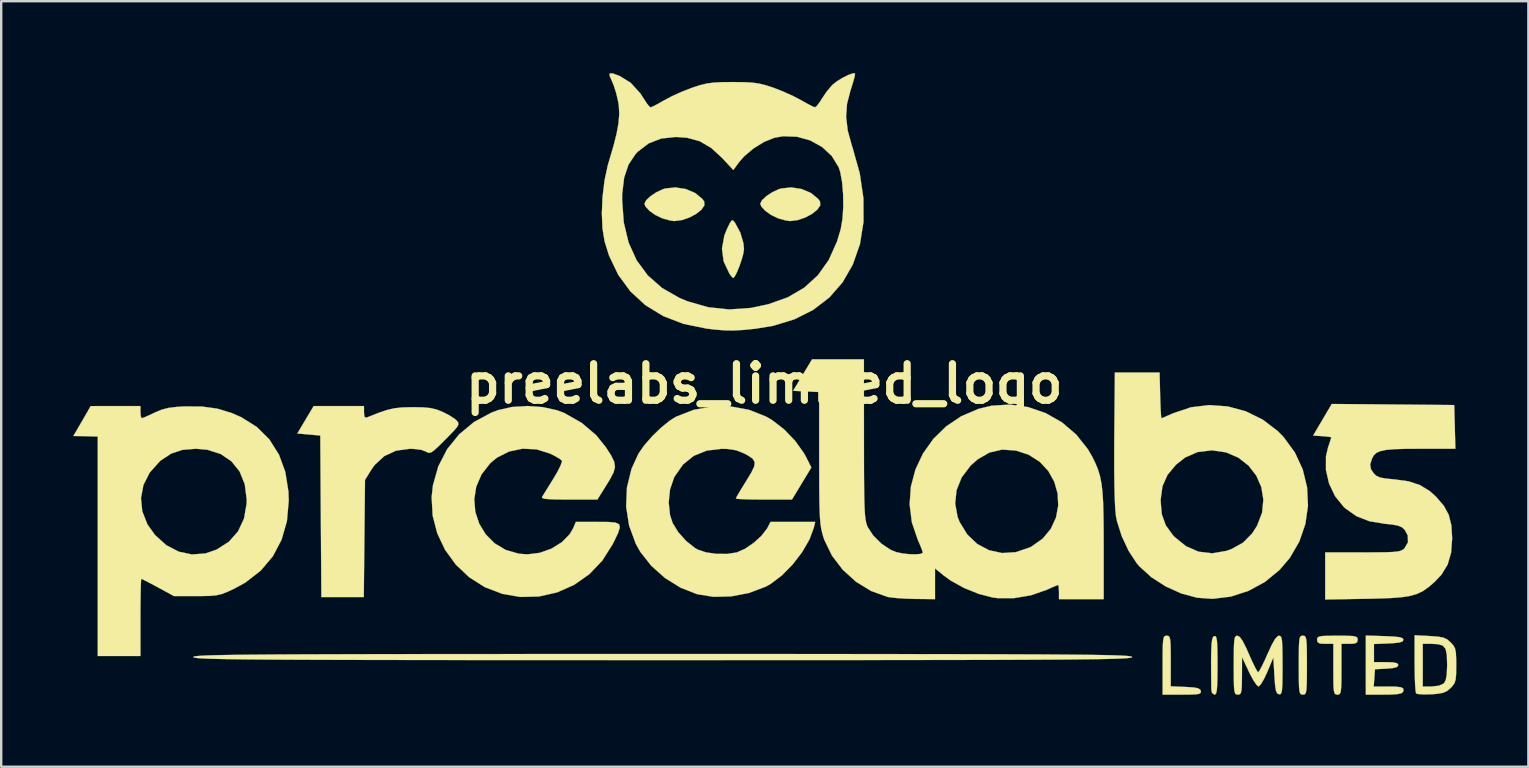
<source format=kicad_pcb>
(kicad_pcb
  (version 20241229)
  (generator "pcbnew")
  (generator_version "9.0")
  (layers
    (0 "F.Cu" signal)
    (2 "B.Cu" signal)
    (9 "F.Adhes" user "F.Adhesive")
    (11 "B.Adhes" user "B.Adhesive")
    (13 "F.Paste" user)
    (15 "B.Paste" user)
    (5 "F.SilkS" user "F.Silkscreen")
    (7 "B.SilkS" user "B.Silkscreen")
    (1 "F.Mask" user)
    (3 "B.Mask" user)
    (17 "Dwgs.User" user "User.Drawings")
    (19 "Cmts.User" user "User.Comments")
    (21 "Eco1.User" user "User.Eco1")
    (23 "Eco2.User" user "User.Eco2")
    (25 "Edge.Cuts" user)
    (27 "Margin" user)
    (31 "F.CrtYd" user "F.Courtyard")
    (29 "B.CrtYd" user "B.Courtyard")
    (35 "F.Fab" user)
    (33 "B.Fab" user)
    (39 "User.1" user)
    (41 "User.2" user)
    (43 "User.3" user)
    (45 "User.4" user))
  (footprint "preelabs_limited_logo"
    (layer "F.Cu")
    (at 28.794 12.937)
    (property "Reference" "preelabs_limited_logo" (at 0 0 0) (layer "F.SilkS") (effects (font (size 1.524 1.524) (thickness 0.3))))
    (attr through_hole)
    (fp_poly (pts (xy -1.234 -6.723) (xy -1.221 -6.705) (xy -1 -6.295) (xy -0.87 -5.855) (xy -0.847 -5.612) (xy -0.875 -5.42) (xy -0.946 -5.161) (xy -1.043 -4.882) (xy -1.147 -4.631) (xy -1.241 -4.456) (xy -1.299 -4.403) (xy -1.366 -4.465) (xy -1.458 -4.593) (xy -1.696 -5.101) (xy -1.765 -5.626) (xy -1.666 -6.169) (xy -1.563 -6.428) (xy -1.442 -6.679) (xy -1.365 -6.797) (xy -1.304 -6.805) (xy -1.234 -6.723)) (stroke (width 0.01) (type solid)) (fill yes) (layer "F.SilkS"))
    (fp_poly (pts (xy 18.8 10.521) (xy 18.836 10.585) (xy 18.86 10.729) (xy 18.874 10.977) (xy 18.88 11.352) (xy 18.881 11.72) (xy 18.878 12.209) (xy 18.869 12.553) (xy 18.852 12.775) (xy 18.823 12.899) (xy 18.78 12.949) (xy 18.754 12.954) (xy 18.651 12.88) (xy 18.624 12.742) (xy 18.616 12.061) (xy 18.614 11.53) (xy 18.62 11.133) (xy 18.634 10.851) (xy 18.657 10.666) (xy 18.691 10.561) (xy 18.737 10.517) (xy 18.747 10.514) (xy 18.8 10.521)) (stroke (width 0.01) (type solid)) (fill yes) (layer "F.SilkS"))
    (fp_poly (pts (xy -3.271 -8.112) (xy -2.879 -7.945) (xy -2.579 -7.696) (xy -2.506 -7.594) (xy -2.495 -7.434) (xy -2.617 -7.255) (xy -2.836 -7.078) (xy -3.119 -6.925) (xy -3.435 -6.818) (xy -3.749 -6.777) (xy -3.768 -6.778) (xy -3.956 -6.808) (xy -4.207 -6.878) (xy -4.263 -6.897) (xy -4.541 -7.03) (xy -4.785 -7.203) (xy -4.95 -7.381) (xy -4.995 -7.5) (xy -4.924 -7.644) (xy -4.74 -7.816) (xy -4.49 -7.981) (xy -4.218 -8.106) (xy -4.135 -8.132) (xy -3.706 -8.179) (xy -3.271 -8.112)) (stroke (width 0.01) (type solid)) (fill yes) (layer "F.SilkS"))
    (fp_poly (pts (xy 1.555 -8.112) (xy 1.947 -7.945) (xy 2.247 -7.696) (xy 2.32 -7.594) (xy 2.331 -7.434) (xy 2.209 -7.255) (xy 1.99 -7.078) (xy 1.707 -6.925) (xy 1.391 -6.818) (xy 1.077 -6.777) (xy 1.058 -6.778) (xy 0.87 -6.808) (xy 0.619 -6.878) (xy 0.563 -6.897) (xy 0.285 -7.03) (xy 0.041 -7.203) (xy -0.124 -7.381) (xy -0.169 -7.5) (xy -0.098 -7.644) (xy 0.086 -7.816) (xy 0.336 -7.981) (xy 0.608 -8.106) (xy 0.691 -8.132) (xy 1.12 -8.179) (xy 1.555 -8.112)) (stroke (width 0.01) (type solid)) (fill yes) (layer "F.SilkS"))
    (fp_poly (pts (xy 16.834 10.508) (xy 16.882 10.556) (xy 16.911 10.668) (xy 16.927 10.874) (xy 16.932 11.2) (xy 16.933 11.553) (xy 16.933 12.608) (xy 17.546 12.633) (xy 17.874 12.653) (xy 18.067 12.687) (xy 18.161 12.744) (xy 18.187 12.806) (xy 18.184 12.875) (xy 18.124 12.918) (xy 17.976 12.942) (xy 17.712 12.952) (xy 17.405 12.954) (xy 16.595 12.954) (xy 16.595 11.726) (xy 16.596 11.248) (xy 16.602 10.913) (xy 16.616 10.696) (xy 16.642 10.572) (xy 16.683 10.515) (xy 16.743 10.499) (xy 16.764 10.499) (xy 16.834 10.508)) (stroke (width 0.01) (type solid)) (fill yes) (layer "F.SilkS"))
    (fp_poly (pts (xy 22.503 10.507) (xy 22.549 10.55) (xy 22.579 10.652) (xy 22.596 10.84) (xy 22.604 11.139) (xy 22.606 11.574) (xy 22.606 11.726) (xy 22.605 12.205) (xy 22.599 12.54) (xy 22.585 12.757) (xy 22.559 12.881) (xy 22.518 12.938) (xy 22.458 12.954) (xy 22.437 12.954) (xy 22.371 12.945) (xy 22.324 12.903) (xy 22.295 12.8) (xy 22.277 12.613) (xy 22.27 12.314) (xy 22.267 11.879) (xy 22.267 11.726) (xy 22.269 11.248) (xy 22.274 10.913) (xy 22.289 10.696) (xy 22.314 10.572) (xy 22.356 10.515) (xy 22.416 10.499) (xy 22.437 10.499) (xy 22.503 10.507)) (stroke (width 0.01) (type solid)) (fill yes) (layer "F.SilkS"))
    (fp_poly (pts (xy 24.261 10.501) (xy 24.508 10.512) (xy 24.647 10.538) (xy 24.708 10.585) (xy 24.723 10.659) (xy 24.723 10.668) (xy 24.694 10.779) (xy 24.579 10.828) (xy 24.384 10.837) (xy 24.045 10.837) (xy 24.045 11.896) (xy 24.044 12.335) (xy 24.036 12.632) (xy 24.018 12.815) (xy 23.985 12.912) (xy 23.933 12.949) (xy 23.876 12.954) (xy 23.806 12.944) (xy 23.758 12.897) (xy 23.729 12.785) (xy 23.713 12.58) (xy 23.708 12.255) (xy 23.707 11.896) (xy 23.707 10.837) (xy 23.368 10.837) (xy 23.146 10.823) (xy 23.049 10.766) (xy 23.029 10.668) (xy 23.041 10.591) (xy 23.096 10.542) (xy 23.226 10.514) (xy 23.46 10.502) (xy 23.831 10.499) (xy 23.876 10.499) (xy 24.261 10.501)) (stroke (width 0.01) (type solid)) (fill yes) (layer "F.SilkS"))
    (fp_poly (pts (xy 25.845 10.517) (xy 26.225 10.534) (xy 26.463 10.56) (xy 26.588 10.6) (xy 26.627 10.661) (xy 26.628 10.668) (xy 26.589 10.738) (xy 26.454 10.783) (xy 26.194 10.811) (xy 26.014 10.82) (xy 25.4 10.845) (xy 25.4 11.599) (xy 25.908 11.599) (xy 26.206 11.61) (xy 26.365 11.646) (xy 26.416 11.715) (xy 26.416 11.722) (xy 26.364 11.8) (xy 26.19 11.847) (xy 25.929 11.87) (xy 25.442 11.896) (xy 25.416 12.255) (xy 25.39 12.615) (xy 25.974 12.615) (xy 26.323 12.622) (xy 26.53 12.648) (xy 26.622 12.702) (xy 26.626 12.794) (xy 26.613 12.835) (xy 26.543 12.896) (xy 26.374 12.933) (xy 26.079 12.951) (xy 25.814 12.954) (xy 25.061 12.954) (xy 25.061 10.492) (xy 25.845 10.517)) (stroke (width 0.01) (type solid)) (fill yes) (layer "F.SilkS"))
    (fp_poly (pts (xy -16.679 1.194) (xy -16.663 1.372) (xy -16.598 1.416) (xy -16.531 1.396) (xy -16.079 1.216) (xy -15.725 1.096) (xy -15.417 1.024) (xy -15.101 0.989) (xy -14.723 0.978) (xy -14.647 0.977) (xy -14.222 0.984) (xy -13.91 1.014) (xy -13.654 1.075) (xy -13.405 1.173) (xy -13.131 1.313) (xy -12.905 1.458) (xy -12.817 1.535) (xy -12.756 1.614) (xy -12.744 1.693) (xy -12.797 1.798) (xy -12.931 1.957) (xy -13.162 2.196) (xy -13.291 2.326) (xy -13.572 2.606) (xy -13.763 2.78) (xy -13.891 2.866) (xy -13.983 2.882) (xy -14.068 2.845) (xy -14.088 2.831) (xy -14.294 2.755) (xy -14.616 2.715) (xy -14.772 2.711) (xy -15.341 2.789) (xy -15.831 3.014) (xy -16.231 3.381) (xy -16.38 3.591) (xy -16.637 4.008) (xy -16.662 6.449) (xy -16.687 8.89) (xy -18.455 8.89) (xy -18.5 2.159) (xy -19.458 2.074) (xy -18.776 0.931) (xy -16.679 0.931) (xy -16.679 1.194)) (stroke (width 0.01) (type solid)) (fill yes) (layer "F.SilkS"))
    (fp_poly (pts (xy 27.728 10.512) (xy 28.07 10.537) (xy 28.295 10.579) (xy 28.453 10.654) (xy 28.595 10.776) (xy 28.709 10.903) (xy 28.778 11.033) (xy 28.813 11.212) (xy 28.826 11.486) (xy 28.828 11.725) (xy 28.824 12.081) (xy 28.805 12.314) (xy 28.759 12.469) (xy 28.675 12.592) (xy 28.597 12.674) (xy 28.442 12.805) (xy 28.266 12.881) (xy 28.013 12.922) (xy 27.793 12.938) (xy 27.495 12.945) (xy 27.266 12.933) (xy 27.157 12.905) (xy 27.134 12.802) (xy 27.115 12.561) (xy 27.101 12.216) (xy 27.094 11.8) (xy 27.093 11.661) (xy 27.093 10.837) (xy 27.432 10.837) (xy 27.432 12.615) (xy 27.807 12.615) (xy 28.106 12.582) (xy 28.306 12.491) (xy 28.315 12.482) (xy 28.389 12.352) (xy 28.432 12.125) (xy 28.448 11.769) (xy 28.448 11.681) (xy 28.436 11.296) (xy 28.384 11.049) (xy 28.267 10.91) (xy 28.063 10.85) (xy 27.776 10.837) (xy 27.432 10.837) (xy 27.093 10.837) (xy 27.093 10.48) (xy 27.728 10.512)) (stroke (width 0.01) (type solid)) (fill yes) (layer "F.SilkS"))
    (fp_poly (pts (xy 19.809 10.55) (xy 19.928 10.715) (xy 20.078 11.012) (xy 20.188 11.261) (xy 20.333 11.585) (xy 20.458 11.84) (xy 20.546 11.994) (xy 20.575 12.023) (xy 20.633 11.95) (xy 20.738 11.755) (xy 20.873 11.47) (xy 20.965 11.262) (xy 21.146 10.869) (xy 21.288 10.624) (xy 21.4 10.511) (xy 21.442 10.5) (xy 21.5 10.513) (xy 21.54 10.571) (xy 21.567 10.699) (xy 21.582 10.922) (xy 21.588 11.264) (xy 21.59 11.733) (xy 21.588 12.214) (xy 21.582 12.55) (xy 21.567 12.766) (xy 21.541 12.886) (xy 21.501 12.936) (xy 21.444 12.939) (xy 21.442 12.938) (xy 21.368 12.899) (xy 21.318 12.792) (xy 21.283 12.587) (xy 21.257 12.251) (xy 21.251 12.156) (xy 21.209 11.402) (xy 20.955 12.009) (xy 20.821 12.296) (xy 20.696 12.509) (xy 20.603 12.611) (xy 20.59 12.615) (xy 20.504 12.544) (xy 20.376 12.354) (xy 20.229 12.082) (xy 20.191 12.002) (xy 19.903 11.388) (xy 19.9 12.171) (xy 19.896 12.539) (xy 19.882 12.769) (xy 19.852 12.894) (xy 19.798 12.945) (xy 19.727 12.954) (xy 19.661 12.945) (xy 19.615 12.903) (xy 19.585 12.8) (xy 19.568 12.613) (xy 19.56 12.314) (xy 19.558 11.879) (xy 19.558 11.726) (xy 19.56 11.246) (xy 19.566 10.91) (xy 19.582 10.692) (xy 19.608 10.568) (xy 19.65 10.512) (xy 19.709 10.499) (xy 19.71 10.499) (xy 19.809 10.55)) (stroke (width 0.01) (type solid)) (fill yes) (layer "F.SilkS"))
    (fp_poly (pts (xy 28.744 0.889) (xy 28.792 2.709) (xy 27.312 2.709) (xy 26.702 2.713) (xy 26.239 2.728) (xy 25.899 2.758) (xy 25.66 2.809) (xy 25.498 2.883) (xy 25.391 2.987) (xy 25.325 3.104) (xy 25.241 3.358) (xy 25.274 3.559) (xy 25.39 3.734) (xy 25.495 3.835) (xy 25.64 3.903) (xy 25.867 3.948) (xy 26.217 3.983) (xy 26.26 3.986) (xy 26.848 4.068) (xy 27.321 4.225) (xy 27.727 4.476) (xy 27.98 4.702) (xy 28.306 5.079) (xy 28.515 5.461) (xy 28.625 5.898) (xy 28.658 6.435) (xy 28.614 7.038) (xy 28.47 7.533) (xy 28.21 7.958) (xy 27.911 8.271) (xy 27.67 8.477) (xy 27.443 8.636) (xy 27.203 8.753) (xy 26.921 8.837) (xy 26.571 8.893) (xy 26.125 8.929) (xy 25.555 8.95) (xy 25.082 8.96) (xy 23.368 8.99) (xy 23.368 7.027) (xy 24.934 7.027) (xy 25.489 7.026) (xy 25.9 7.021) (xy 26.193 7.009) (xy 26.392 6.989) (xy 26.522 6.957) (xy 26.61 6.911) (xy 26.67 6.858) (xy 26.817 6.606) (xy 26.808 6.322) (xy 26.681 6.088) (xy 26.57 5.984) (xy 26.413 5.915) (xy 26.168 5.868) (xy 25.85 5.835) (xy 25.206 5.728) (xy 24.671 5.519) (xy 24.209 5.194) (xy 24.144 5.134) (xy 23.782 4.69) (xy 23.53 4.162) (xy 23.399 3.594) (xy 23.4 3.028) (xy 23.484 2.661) (xy 23.563 2.426) (xy 23.613 2.269) (xy 23.622 2.233) (xy 23.546 2.215) (xy 23.355 2.193) (xy 23.243 2.185) (xy 22.865 2.159) (xy 23.253 1.502) (xy 23.641 0.844) (xy 28.744 0.889)) (stroke (width 0.01) (type solid)) (fill yes) (layer "F.SilkS"))
    (fp_poly (pts (xy 16.492 0.487) (xy 16.504 0.866) (xy 16.518 1.173) (xy 16.533 1.375) (xy 16.545 1.439) (xy 16.631 1.407) (xy 16.825 1.323) (xy 17.029 1.232) (xy 17.773 0.982) (xy 18.543 0.889) (xy 19.314 0.947) (xy 20.063 1.15) (xy 20.763 1.494) (xy 21.391 1.974) (xy 21.633 2.22) (xy 22.106 2.866) (xy 22.433 3.574) (xy 22.614 4.321) (xy 22.65 5.085) (xy 22.542 5.844) (xy 22.29 6.574) (xy 21.895 7.255) (xy 21.47 7.754) (xy 20.86 8.256) (xy 20.171 8.631) (xy 19.433 8.87) (xy 18.677 8.962) (xy 18.034 8.916) (xy 17.375 8.74) (xy 16.721 8.445) (xy 16.124 8.06) (xy 15.63 7.613) (xy 15.513 7.475) (xy 15.175 6.958) (xy 14.891 6.351) (xy 14.694 5.73) (xy 14.651 5.516) (xy 14.623 5.243) (xy 14.605 4.892) (xy 16.512 4.892) (xy 16.561 5.441) (xy 16.726 5.899) (xy 17.025 6.313) (xy 17.086 6.378) (xy 17.567 6.769) (xy 18.095 6.999) (xy 18.659 7.065) (xy 19.248 6.966) (xy 19.469 6.887) (xy 19.948 6.619) (xy 20.326 6.236) (xy 20.53 5.916) (xy 20.738 5.376) (xy 20.792 4.832) (xy 20.707 4.308) (xy 20.496 3.826) (xy 20.173 3.41) (xy 19.751 3.081) (xy 19.245 2.862) (xy 18.669 2.777) (xy 18.627 2.777) (xy 18.048 2.848) (xy 17.54 3.069) (xy 17.156 3.37) (xy 16.798 3.798) (xy 16.589 4.269) (xy 16.513 4.823) (xy 16.512 4.892) (xy 14.605 4.892) (xy 14.601 4.815) (xy 14.586 4.245) (xy 14.578 3.548) (xy 14.578 2.736) (xy 14.581 2.244) (xy 14.605 -0.466) (xy 16.468 -0.466) (xy 16.492 0.487)) (stroke (width 0.01) (type solid)) (fill yes) (layer "F.SilkS"))
    (fp_poly (pts (xy -0.638 1.087) (xy 0.066 1.366) (xy 0.33 1.519) (xy 0.826 1.903) (xy 1.283 2.379) (xy 1.647 2.887) (xy 1.735 3.046) (xy 1.959 3.49) (xy 1.152 4.826) (xy -0.017 4.826) (xy -0.44 4.823) (xy -0.794 4.815) (xy -1.05 4.803) (xy -1.177 4.788) (xy -1.185 4.783) (xy -1.143 4.697) (xy -1.03 4.502) (xy -0.865 4.23) (xy -0.751 4.047) (xy -0.535 3.689) (xy -0.417 3.437) (xy -0.401 3.258) (xy -0.49 3.119) (xy -0.686 2.986) (xy -0.849 2.9) (xy -1.175 2.772) (xy -1.546 2.717) (xy -1.775 2.711) (xy -2.401 2.786) (xy -2.94 3.005) (xy -3.386 3.364) (xy -3.734 3.86) (xy -3.761 3.913) (xy -3.928 4.404) (xy -3.984 4.946) (xy -3.928 5.475) (xy -3.818 5.808) (xy -3.586 6.185) (xy -3.258 6.551) (xy -2.896 6.84) (xy -2.779 6.908) (xy -2.433 7.026) (xy -1.997 7.088) (xy -1.543 7.091) (xy -1.144 7.028) (xy -0.804 6.877) (xy -0.442 6.63) (xy -0.117 6.334) (xy 0.113 6.036) (xy 0.132 6.002) (xy 0.258 5.757) (xy 2.12 5.757) (xy 2.065 5.99) (xy 1.88 6.491) (xy 1.574 7.018) (xy 1.181 7.529) (xy 0.735 7.983) (xy 0.269 8.337) (xy 0.056 8.456) (xy -0.642 8.718) (xy -1.385 8.861) (xy -2.125 8.878) (xy -2.801 8.768) (xy -3.491 8.498) (xy -4.139 8.094) (xy -4.711 7.585) (xy -5.17 7) (xy -5.352 6.675) (xy -5.634 5.911) (xy -5.757 5.118) (xy -5.723 4.321) (xy -5.532 3.544) (xy -5.244 2.915) (xy -5.003 2.567) (xy -4.673 2.19) (xy -4.301 1.83) (xy -3.933 1.533) (xy -3.679 1.375) (xy -2.949 1.09) (xy -2.178 0.948) (xy -1.397 0.948) (xy -0.638 1.087)) (stroke (width 0.01) (type solid)) (fill yes) (layer "F.SilkS"))
    (fp_poly (pts (xy -9.225 0.976) (xy -8.629 1.107) (xy -8.34 1.217) (xy -7.608 1.632) (xy -7.003 2.147) (xy -6.613 2.631) (xy -6.386 2.983) (xy -6.256 3.246) (xy -6.222 3.468) (xy -6.281 3.697) (xy -6.431 3.982) (xy -6.559 4.191) (xy -6.955 4.826) (xy -8.139 4.826) (xy -8.623 4.823) (xy -8.958 4.812) (xy -9.162 4.792) (xy -9.255 4.76) (xy -9.261 4.72) (xy -9.19 4.604) (xy -9.054 4.384) (xy -8.876 4.097) (xy -8.787 3.955) (xy -8.612 3.656) (xy -8.488 3.406) (xy -8.43 3.243) (xy -8.432 3.205) (xy -8.535 3.122) (xy -8.741 3.003) (xy -8.922 2.913) (xy -9.488 2.735) (xy -10.068 2.706) (xy -10.629 2.822) (xy -11.136 3.077) (xy -11.416 3.308) (xy -11.782 3.778) (xy -12.002 4.288) (xy -12.085 4.816) (xy -12.041 5.34) (xy -11.877 5.835) (xy -11.605 6.28) (xy -11.233 6.652) (xy -10.77 6.927) (xy -10.227 7.083) (xy -9.864 7.109) (xy -9.352 7.045) (xy -8.862 6.868) (xy -8.434 6.601) (xy -8.106 6.268) (xy -7.959 6.012) (xy -7.853 5.757) (xy -6.932 5.757) (xy -6.49 5.76) (xy -6.2 5.786) (xy -6.049 5.856) (xy -6.02 5.997) (xy -6.097 6.23) (xy -6.265 6.581) (xy -6.318 6.685) (xy -6.749 7.368) (xy -7.292 7.936) (xy -7.926 8.381) (xy -8.631 8.693) (xy -9.387 8.864) (xy -10.172 8.883) (xy -10.913 8.756) (xy -11.646 8.476) (xy -12.296 8.063) (xy -12.852 7.538) (xy -13.3 6.921) (xy -13.626 6.234) (xy -13.818 5.496) (xy -13.861 4.728) (xy -13.807 4.235) (xy -13.583 3.443) (xy -13.215 2.729) (xy -12.715 2.109) (xy -12.097 1.596) (xy -11.373 1.206) (xy -11.087 1.098) (xy -10.516 0.969) (xy -9.875 0.929) (xy -9.225 0.976)) (stroke (width 0.01) (type solid)) (fill yes) (layer "F.SilkS"))
    (fp_poly (pts (xy -25.993 1.185) (xy -25.977 1.364) (xy -25.938 1.439) (xy -25.938 1.439) (xy -25.838 1.405) (xy -25.634 1.315) (xy -25.413 1.21) (xy -25.124 1.086) (xy -24.834 1.009) (xy -24.48 0.965) (xy -24.177 0.947) (xy -23.434 0.951) (xy -22.787 1.039) (xy -22.183 1.223) (xy -21.787 1.398) (xy -21.143 1.803) (xy -20.621 2.323) (xy -20.224 2.949) (xy -19.958 3.673) (xy -19.827 4.488) (xy -19.814 4.868) (xy -19.889 5.723) (xy -20.112 6.499) (xy -20.476 7.189) (xy -20.979 7.785) (xy -21.614 8.28) (xy -22.074 8.533) (xy -22.373 8.672) (xy -22.608 8.763) (xy -22.83 8.815) (xy -23.093 8.84) (xy -23.448 8.847) (xy -23.664 8.848) (xy -24.596 8.848) (xy -25.258 8.488) (xy -25.557 8.328) (xy -25.794 8.205) (xy -25.935 8.136) (xy -25.957 8.128) (xy -25.968 8.208) (xy -25.978 8.432) (xy -25.985 8.773) (xy -25.991 9.205) (xy -25.993 9.703) (xy -25.993 9.737) (xy -25.993 11.345) (xy -27.771 11.345) (xy -27.771 4.765) (xy -25.971 4.765) (xy -25.916 5.318) (xy -25.702 5.859) (xy -25.385 6.305) (xy -24.916 6.727) (xy -24.396 6.998) (xy -23.845 7.114) (xy -23.279 7.07) (xy -22.818 6.91) (xy -22.306 6.582) (xy -21.924 6.148) (xy -21.677 5.618) (xy -21.57 5.002) (xy -21.567 4.814) (xy -21.647 4.188) (xy -21.861 3.657) (xy -22.2 3.234) (xy -22.651 2.928) (xy -23.204 2.751) (xy -23.686 2.709) (xy -24.245 2.756) (xy -24.71 2.91) (xy -25.131 3.186) (xy -25.197 3.243) (xy -25.61 3.706) (xy -25.869 4.221) (xy -25.971 4.765) (xy -27.771 4.765) (xy -27.771 2.201) (xy -28.046 2.192) (xy -28.326 2.185) (xy -28.555 2.181) (xy -28.789 2.179) (xy -28.56 1.788) (xy -28.4 1.513) (xy -28.253 1.259) (xy -28.199 1.165) (xy -28.067 0.932) (xy -25.993 0.931) (xy -25.993 1.185)) (stroke (width 0.01) (type solid)) (fill yes) (layer "F.SilkS"))
    (fp_poly (pts (xy -2.069 11.261) (xy -0.069 11.261) (xy 1.775 11.262) (xy 3.469 11.262) (xy 5.018 11.264) (xy 6.428 11.265) (xy 7.707 11.267) (xy 8.861 11.269) (xy 9.895 11.272) (xy 10.815 11.276) (xy 11.629 11.279) (xy 12.342 11.284) (xy 12.961 11.289) (xy 13.491 11.295) (xy 13.939 11.302) (xy 14.312 11.309) (xy 14.615 11.317) (xy 14.855 11.326) (xy 15.038 11.336) (xy 15.17 11.347) (xy 15.258 11.359) (xy 15.307 11.372) (xy 15.324 11.386) (xy 15.325 11.388) (xy 15.311 11.402) (xy 15.266 11.415) (xy 15.184 11.427) (xy 15.058 11.438) (xy 14.882 11.448) (xy 14.65 11.457) (xy 14.355 11.465) (xy 13.992 11.473) (xy 13.554 11.479) (xy 13.034 11.485) (xy 12.428 11.491) (xy 11.727 11.495) (xy 10.927 11.499) (xy 10.021 11.503) (xy 9.002 11.506) (xy 7.864 11.508) (xy 6.602 11.51) (xy 5.209 11.512) (xy 3.678 11.513) (xy 2.004 11.514) (xy 0.18 11.514) (xy -1.8 11.515) (xy -3.942 11.515) (xy -4.233 11.515) (xy -6.397 11.515) (xy -8.398 11.514) (xy -10.242 11.514) (xy -11.935 11.513) (xy -13.484 11.512) (xy -14.895 11.51) (xy -16.174 11.508) (xy -17.327 11.506) (xy -18.361 11.503) (xy -19.282 11.5) (xy -20.096 11.496) (xy -20.809 11.491) (xy -21.427 11.486) (xy -21.958 11.48) (xy -22.406 11.474) (xy -22.779 11.466) (xy -23.082 11.458) (xy -23.322 11.449) (xy -23.505 11.439) (xy -23.637 11.428) (xy -23.725 11.416) (xy -23.774 11.403) (xy -23.791 11.39) (xy -23.791 11.388) (xy -23.778 11.374) (xy -23.733 11.361) (xy -23.651 11.349) (xy -23.525 11.338) (xy -23.349 11.328) (xy -23.117 11.318) (xy -22.822 11.31) (xy -22.459 11.303) (xy -22.021 11.296) (xy -21.501 11.29) (xy -20.894 11.285) (xy -20.194 11.28) (xy -19.394 11.276) (xy -18.487 11.273) (xy -17.468 11.27) (xy -16.331 11.267) (xy -15.069 11.265) (xy -13.675 11.264) (xy -12.145 11.263) (xy -10.471 11.262) (xy -8.647 11.261) (xy -6.667 11.261) (xy -4.524 11.261) (xy -4.233 11.261) (xy -2.069 11.261)) (stroke (width 0.01) (type solid)) (fill yes) (layer "F.SilkS"))
    (fp_poly (pts (xy 4.151 2.307) (xy 4.152 3.153) (xy 4.154 3.846) (xy 4.159 4.405) (xy 4.166 4.846) (xy 4.177 5.187) (xy 4.193 5.444) (xy 4.214 5.636) (xy 4.241 5.779) (xy 4.274 5.891) (xy 4.308 5.974) (xy 4.539 6.328) (xy 4.874 6.66) (xy 5.254 6.915) (xy 5.491 7.014) (xy 5.749 7.07) (xy 6.037 7.102) (xy 6.307 7.109) (xy 6.512 7.09) (xy 6.603 7.044) (xy 6.604 7.038) (xy 6.571 6.926) (xy 6.486 6.712) (xy 6.395 6.506) (xy 6.146 5.772) (xy 6.054 5.027) (xy 6.056 4.992) (xy 7.951 4.992) (xy 8.054 5.552) (xy 8.135 5.757) (xy 8.455 6.281) (xy 8.873 6.677) (xy 9.363 6.937) (xy 9.905 7.054) (xy 10.474 7.019) (xy 11.049 6.825) (xy 11.131 6.784) (xy 11.6 6.453) (xy 11.939 6.042) (xy 12.153 5.575) (xy 12.245 5.077) (xy 12.22 4.571) (xy 12.08 4.082) (xy 11.83 3.634) (xy 11.474 3.252) (xy 11.015 2.959) (xy 10.486 2.785) (xy 9.911 2.745) (xy 9.379 2.867) (xy 8.885 3.153) (xy 8.592 3.415) (xy 8.224 3.901) (xy 8.009 4.434) (xy 7.951 4.992) (xy 6.056 4.992) (xy 6.107 4.288) (xy 6.296 3.575) (xy 6.611 2.907) (xy 7.041 2.301) (xy 7.576 1.777) (xy 8.205 1.354) (xy 8.919 1.049) (xy 9.463 0.917) (xy 10.234 0.868) (xy 10.997 0.975) (xy 11.726 1.227) (xy 12.399 1.61) (xy 12.992 2.114) (xy 13.479 2.726) (xy 13.657 3.033) (xy 13.792 3.306) (xy 13.9 3.567) (xy 13.983 3.839) (xy 14.044 4.145) (xy 14.088 4.509) (xy 14.116 4.955) (xy 14.131 5.507) (xy 14.138 6.188) (xy 14.139 6.735) (xy 14.139 8.975) (xy 12.277 8.975) (xy 12.277 8.678) (xy 12.269 8.482) (xy 12.249 8.385) (xy 12.245 8.382) (xy 12.157 8.414) (xy 11.961 8.498) (xy 11.758 8.59) (xy 11.107 8.815) (xy 10.407 8.933) (xy 9.726 8.934) (xy 9.518 8.907) (xy 8.933 8.757) (xy 8.325 8.511) (xy 7.766 8.202) (xy 7.477 7.992) (xy 7.112 7.693) (xy 7.112 8.975) (xy 6.287 8.966) (xy 5.887 8.954) (xy 5.513 8.93) (xy 5.223 8.897) (xy 5.133 8.881) (xy 4.454 8.638) (xy 3.824 8.254) (xy 3.27 7.753) (xy 2.819 7.163) (xy 2.501 6.509) (xy 2.456 6.375) (xy 2.409 6.21) (xy 2.371 6.041) (xy 2.342 5.846) (xy 2.32 5.606) (xy 2.305 5.298) (xy 2.295 4.903) (xy 2.289 4.398) (xy 2.287 3.764) (xy 2.286 3.085) (xy 2.286 0.346) (xy 1.743 0.321) (xy 1.199 0.296) (xy 1.989 -1.016) (xy 4.149 -1.016) (xy 4.151 2.307)) (stroke (width 0.01) (type solid)) (fill yes) (layer "F.SilkS"))
    (fp_poly (pts (xy 3.78 -12.928) (xy 3.771 -12.836) (xy 3.717 -12.625) (xy 3.628 -12.334) (xy 3.592 -12.224) (xy 3.446 -11.661) (xy 3.407 -11.118) (xy 3.475 -10.547) (xy 3.654 -9.9) (xy 3.678 -9.83) (xy 3.977 -8.76) (xy 4.129 -7.728) (xy 4.133 -6.746) (xy 3.987 -5.829) (xy 3.981 -5.807) (xy 3.685 -4.961) (xy 3.259 -4.221) (xy 2.708 -3.592) (xy 2.038 -3.078) (xy 1.254 -2.683) (xy 0.36 -2.411) (xy -0.366 -2.292) (xy -0.872 -2.241) (xy -1.277 -2.218) (xy -1.647 -2.223) (xy -2.049 -2.255) (xy -2.413 -2.298) (xy -3.363 -2.492) (xy -4.211 -2.818) (xy -4.951 -3.27) (xy -5.578 -3.845) (xy -6.087 -4.538) (xy -6.472 -5.344) (xy -6.654 -5.927) (xy -6.741 -6.46) (xy -6.769 -7.097) (xy -6.745 -7.668) (xy -5.925 -7.668) (xy -5.856 -6.722) (xy -5.655 -5.881) (xy -5.321 -5.144) (xy -4.856 -4.513) (xy -4.261 -3.989) (xy -3.535 -3.573) (xy -3.2 -3.434) (xy -2.333 -3.186) (xy -1.46 -3.094) (xy -0.558 -3.158) (xy 0.167 -3.312) (xy 0.977 -3.6) (xy 1.664 -4.001) (xy 2.232 -4.519) (xy 2.686 -5.159) (xy 3.03 -5.927) (xy 3.182 -6.434) (xy 3.256 -6.86) (xy 3.289 -7.364) (xy 3.283 -7.893) (xy 3.241 -8.395) (xy 3.164 -8.817) (xy 3.099 -9.017) (xy 2.812 -9.486) (xy 2.405 -9.865) (xy 1.91 -10.138) (xy 1.358 -10.291) (xy 0.781 -10.311) (xy 0.423 -10.248) (xy -0.006 -10.077) (xy -0.45 -9.803) (xy -0.844 -9.47) (xy -1.048 -9.236) (xy -1.292 -8.904) (xy -1.746 -9.394) (xy -2.213 -9.824) (xy -2.692 -10.104) (xy -3.221 -10.249) (xy -3.683 -10.281) (xy -4.298 -10.215) (xy -4.821 -10.012) (xy -5.274 -9.665) (xy -5.366 -9.567) (xy -5.656 -9.133) (xy -5.84 -8.586) (xy -5.921 -7.914) (xy -5.925 -7.668) (xy -6.745 -7.668) (xy -6.74 -7.785) (xy -6.657 -8.468) (xy -6.523 -9.095) (xy -6.484 -9.229) (xy -6.289 -9.89) (xy -6.153 -10.426) (xy -6.074 -10.865) (xy -6.044 -11.237) (xy -6.061 -11.573) (xy -6.089 -11.755) (xy -6.17 -12.103) (xy -6.276 -12.437) (xy -6.356 -12.627) (xy -6.447 -12.834) (xy -6.439 -12.931) (xy -6.316 -12.928) (xy -6.06 -12.835) (xy -6.03 -12.823) (xy -5.568 -12.538) (xy -5.168 -12.099) (xy -5.022 -11.874) (xy -4.886 -11.666) (xy -4.776 -11.536) (xy -4.739 -11.515) (xy -4.636 -11.555) (xy -4.432 -11.661) (xy -4.176 -11.806) (xy -3.844 -11.981) (xy -3.435 -12.166) (xy -3.033 -12.323) (xy -3.006 -12.333) (xy -2.683 -12.438) (xy -2.402 -12.506) (xy -2.109 -12.546) (xy -1.75 -12.564) (xy -1.312 -12.568) (xy -0.846 -12.563) (xy -0.495 -12.544) (xy -0.206 -12.503) (xy 0.073 -12.433) (xy 0.374 -12.334) (xy 0.772 -12.179) (xy 1.186 -11.993) (xy 1.528 -11.815) (xy 1.542 -11.807) (xy 1.803 -11.66) (xy 2.009 -11.555) (xy 2.113 -11.515) (xy 2.194 -11.581) (xy 2.321 -11.752) (xy 2.397 -11.874) (xy 2.581 -12.147) (xy 2.786 -12.397) (xy 2.85 -12.463) (xy 3.036 -12.608) (xy 3.271 -12.75) (xy 3.506 -12.867) (xy 3.694 -12.932) (xy 3.78 -12.928)) (stroke (width 0.01) (type solid)) (fill yes) (layer "F.SilkS")))
  (gr_rect
    (start -3 -3)
    (end 60.627 28.896)
    (stroke (width 0.1) (type default))
    (fill no)
    (layer "Edge.Cuts")))
</source>
